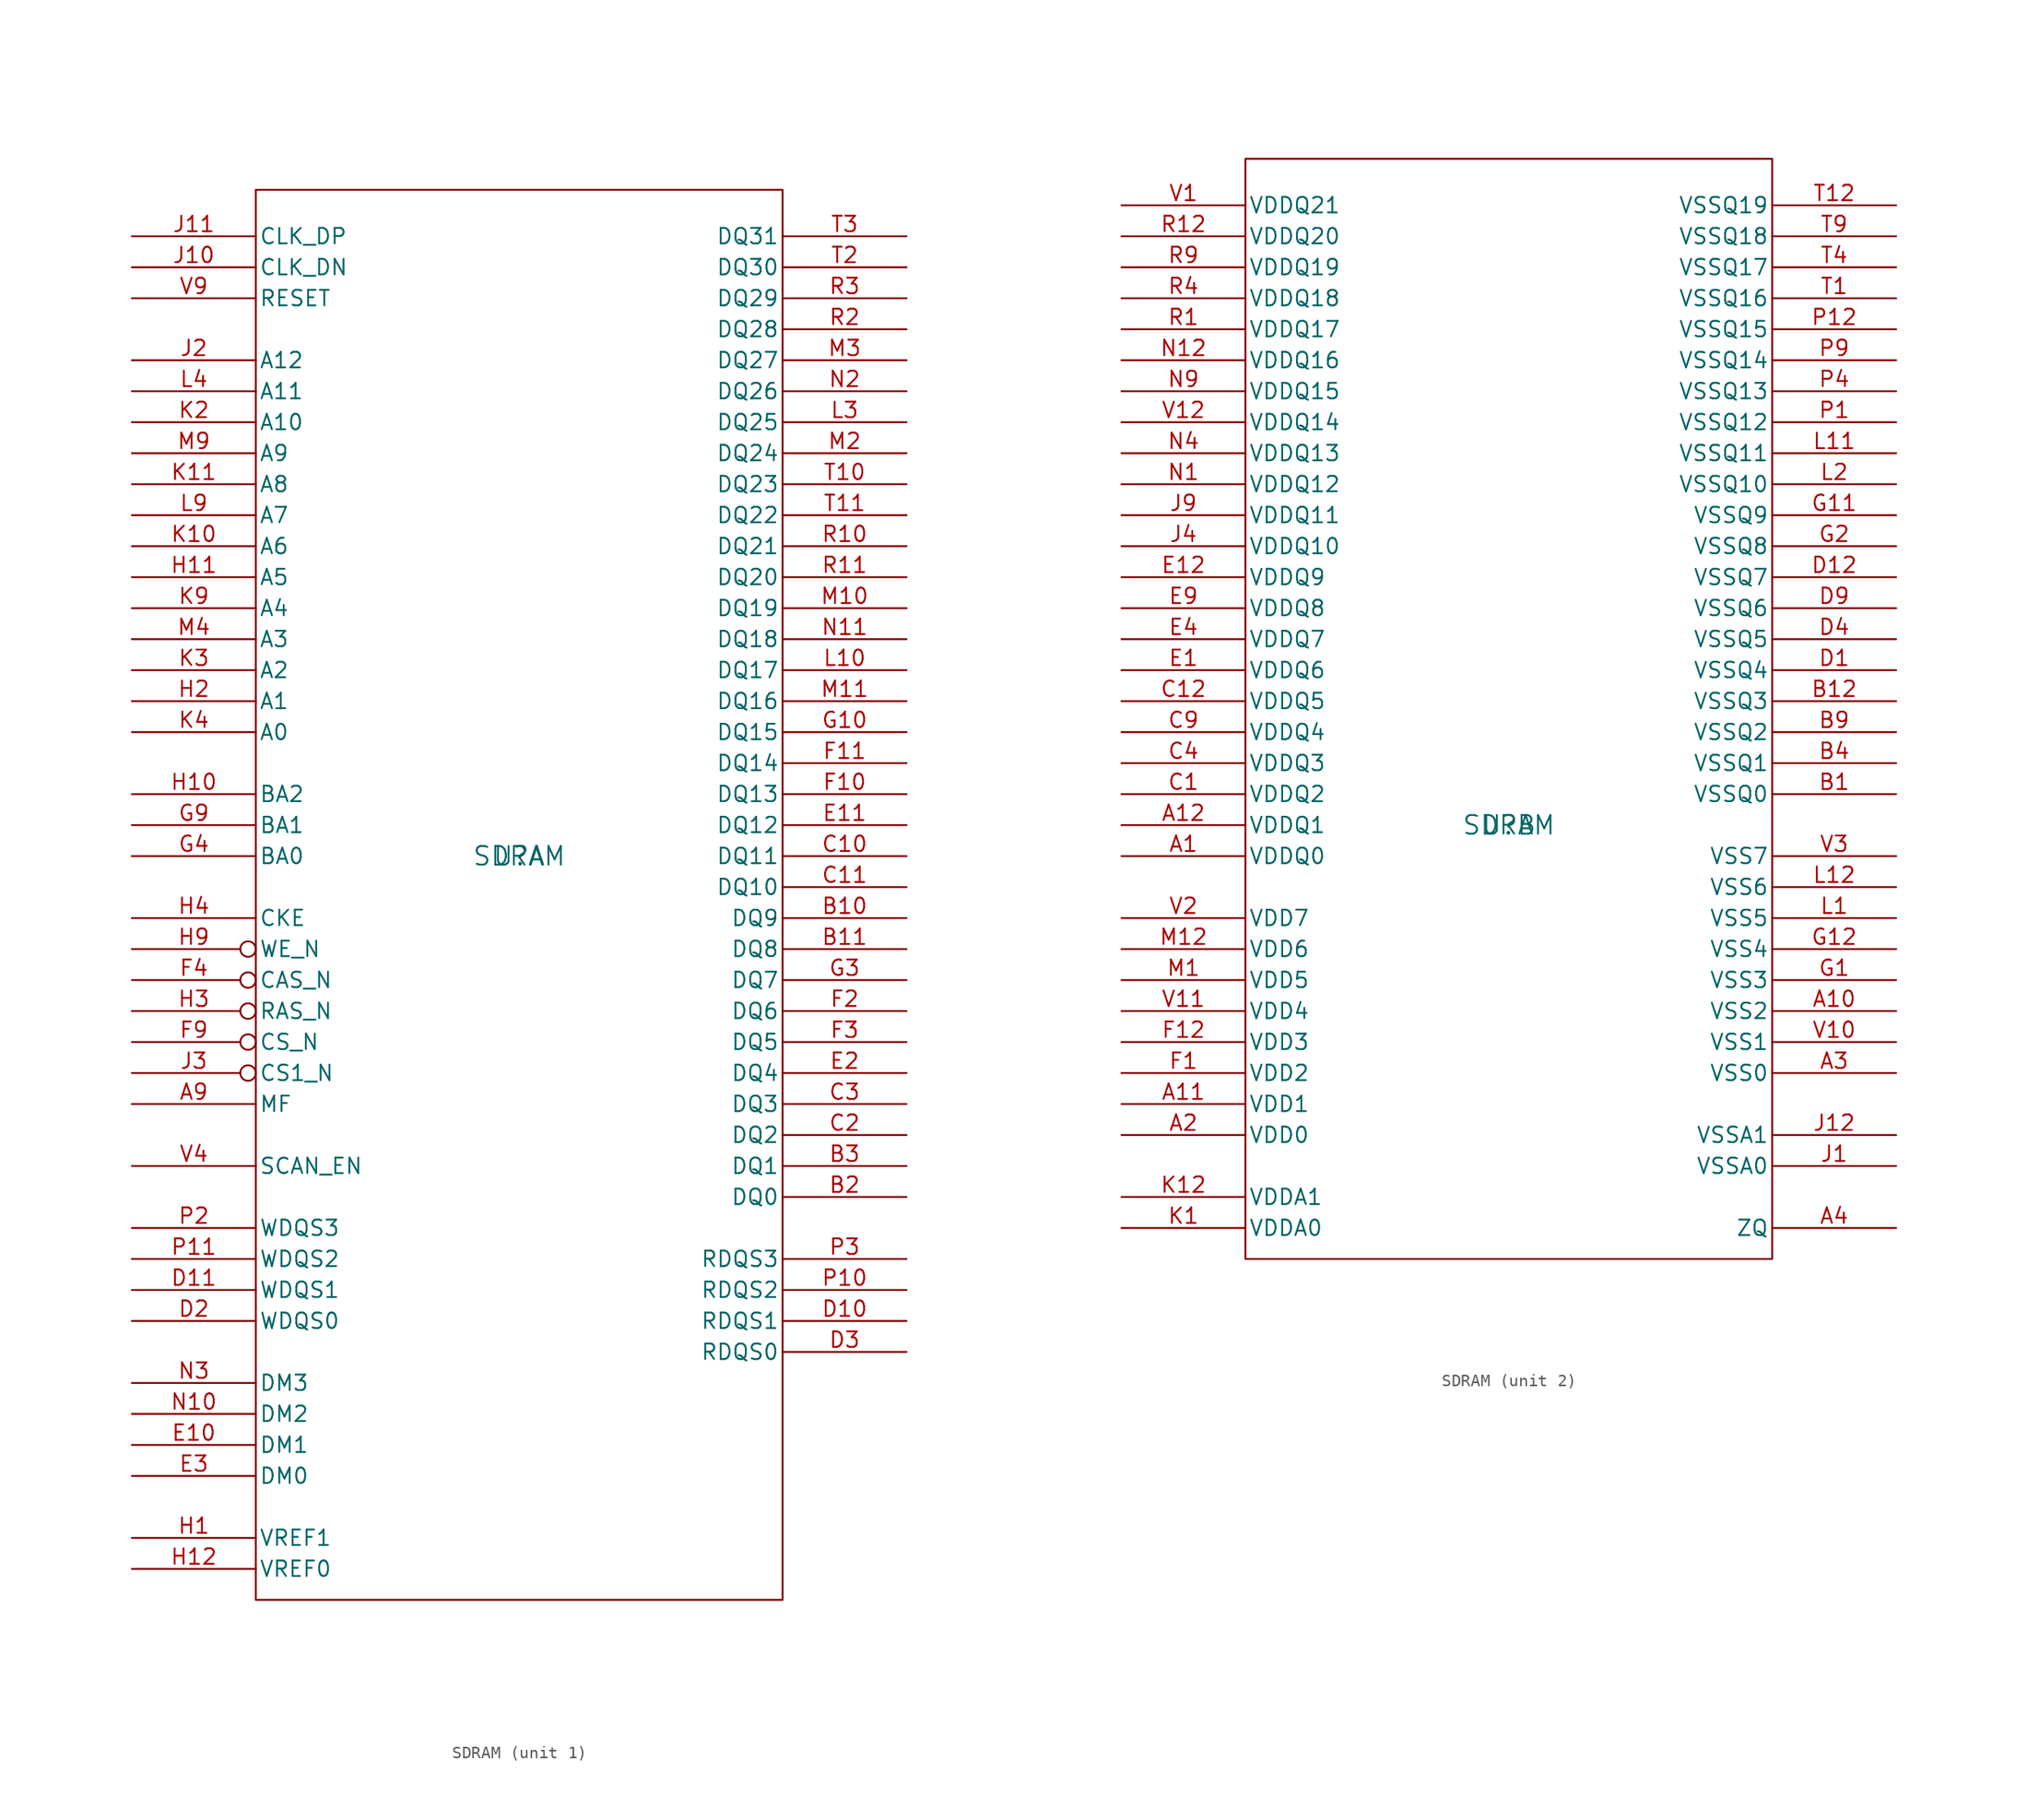
<source format=kicad_sym>
(kicad_symbol_lib
  (version 20241209)
  (generator "kicad_symbol_editor")
  (generator_version "9.0")
  (symbol "SDRAM"
    (pin_names
      (offset 0.254))
    (property "Reference" "U"
      (at 0 0 0)
      (effects (font (size 1.524 1.524))))
    (property "Value" "SDRAM"
      (at 0 0 0)
      (effects (font (size 1.524 1.524))))
    (property "ki_locked" ""
      (at 0 0 0)
      (effects (font (size 1.27 1.27))))
    (symbol "SDRAM_1_1"
      (unit_name "MEMORY")
      (rectangle (start -21.59 54.61) (end 21.59 -60.96) (stroke (width 0) (type solid)) (fill (type none)))
      (pin input line (at -31.75 50.8 0) (length 10.16) (name "CLK_DP" (effects (font (size 1.27 1.27)))) (number "J11" (effects (font (size 1.27 1.27)))))
      (pin input line (at -31.75 48.26 0) (length 10.16) (name "CLK_DN" (effects (font (size 1.27 1.27)))) (number "J10" (effects (font (size 1.27 1.27)))))
      (pin input line (at -31.75 45.72 0) (length 10.16) (name "RESET" (effects (font (size 1.27 1.27)))) (number "V9" (effects (font (size 1.27 1.27)))))
      (pin input line (at -31.75 40.64 0) (length 10.16) (name "A12" (effects (font (size 1.27 1.27)))) (number "J2" (effects (font (size 1.27 1.27)))))
      (pin input line (at -31.75 38.1 0) (length 10.16) (name "A11" (effects (font (size 1.27 1.27)))) (number "L4" (effects (font (size 1.27 1.27)))) (alternate "A7" input line))
      (pin input line (at -31.75 35.56 0) (length 10.16) (name "A10" (effects (font (size 1.27 1.27)))) (number "K2" (effects (font (size 1.27 1.27)))) (alternate "A8" input line))
      (pin input line (at -31.75 33.02 0) (length 10.16) (name "A9" (effects (font (size 1.27 1.27)))) (number "M9" (effects (font (size 1.27 1.27)))) (alternate "A3" input line))
      (pin input line (at -31.75 30.48 0) (length 10.16) (name "A8" (effects (font (size 1.27 1.27)))) (number "K11" (effects (font (size 1.27 1.27)))) (alternate "A10" input line))
      (pin input line (at -31.75 27.94 0) (length 10.16) (name "A7" (effects (font (size 1.27 1.27)))) (number "L9" (effects (font (size 1.27 1.27)))) (alternate "A11" input line))
      (pin input line (at -31.75 25.4 0) (length 10.16) (name "A6" (effects (font (size 1.27 1.27)))) (number "K10" (effects (font (size 1.27 1.27)))) (alternate "A2" input line))
      (pin input line (at -31.75 22.86 0) (length 10.16) (name "A5" (effects (font (size 1.27 1.27)))) (number "H11" (effects (font (size 1.27 1.27)))) (alternate "A1" input line))
      (pin input line (at -31.75 20.32 0) (length 10.16) (name "A4" (effects (font (size 1.27 1.27)))) (number "K9" (effects (font (size 1.27 1.27)))) (alternate "A0" input line))
      (pin input line (at -31.75 17.78 0) (length 10.16) (name "A3" (effects (font (size 1.27 1.27)))) (number "M4" (effects (font (size 1.27 1.27)))) (alternate "A9" input line))
      (pin input line (at -31.75 15.24 0) (length 10.16) (name "A2" (effects (font (size 1.27 1.27)))) (number "K3" (effects (font (size 1.27 1.27)))) (alternate "A6" input line))
      (pin input line (at -31.75 12.7 0) (length 10.16) (name "A1" (effects (font (size 1.27 1.27)))) (number "H2" (effects (font (size 1.27 1.27)))) (alternate "A5" input line))
      (pin input line (at -31.75 10.16 0) (length 10.16) (name "A0" (effects (font (size 1.27 1.27)))) (number "K4" (effects (font (size 1.27 1.27)))) (alternate "A4" input line))
      (pin input line (at -31.75 5.08 0) (length 10.16) (name "BA2" (effects (font (size 1.27 1.27)))) (number "H10" (effects (font (size 1.27 1.27)))) (alternate "RAS_N" input inverted))
      (pin input line (at -31.75 2.54 0) (length 10.16) (name "BA1" (effects (font (size 1.27 1.27)))) (number "G9" (effects (font (size 1.27 1.27)))) (alternate "BA0" input line))
      (pin input line (at -31.75 0 0) (length 10.16) (name "BA0" (effects (font (size 1.27 1.27)))) (number "G4" (effects (font (size 1.27 1.27)))) (alternate "BA1" input line))
      (pin input line (at -31.75 -5.08 0) (length 10.16) (name "CKE" (effects (font (size 1.27 1.27)))) (number "H4" (effects (font (size 1.27 1.27)))) (alternate "WE_N" input inverted))
      (pin input inverted (at -31.75 -7.62 0) (length 10.16) (name "WE_N" (effects (font (size 1.27 1.27)))) (number "H9" (effects (font (size 1.27 1.27)))) (alternate "CKE" input line))
      (pin input inverted (at -31.75 -10.16 0) (length 10.16) (name "CAS_N" (effects (font (size 1.27 1.27)))) (number "F4" (effects (font (size 1.27 1.27)))) (alternate "CS_N" input inverted))
      (pin input inverted (at -31.75 -12.7 0) (length 10.16) (name "RAS_N" (effects (font (size 1.27 1.27)))) (number "H3" (effects (font (size 1.27 1.27)))) (alternate "BA2" input line))
      (pin input inverted (at -31.75 -15.24 0) (length 10.16) (name "CS_N" (effects (font (size 1.27 1.27)))) (number "F9" (effects (font (size 1.27 1.27)))) (alternate "CAS_N" input inverted))
      (pin input inverted (at -31.75 -17.78 0) (length 10.16) (name "CS1_N" (effects (font (size 1.27 1.27)))) (number "J3" (effects (font (size 1.27 1.27)))))
      (pin input line (at -31.75 -20.32 0) (length 10.16) (name "MF" (effects (font (size 1.27 1.27)))) (number "A9" (effects (font (size 1.27 1.27)))))
      (pin input line (at -31.75 -25.4 0) (length 10.16) (name "SCAN_EN" (effects (font (size 1.27 1.27)))) (number "V4" (effects (font (size 1.27 1.27)))))
      (pin input line (at -31.75 -30.48 0) (length 10.16) (name "WDQS3" (effects (font (size 1.27 1.27)))) (number "P2" (effects (font (size 1.27 1.27)))))
      (pin input line (at -31.75 -33.02 0) (length 10.16) (name "WDQS2" (effects (font (size 1.27 1.27)))) (number "P11" (effects (font (size 1.27 1.27)))))
      (pin input line (at -31.75 -35.56 0) (length 10.16) (name "WDQS1" (effects (font (size 1.27 1.27)))) (number "D11" (effects (font (size 1.27 1.27)))))
      (pin input line (at -31.75 -38.1 0) (length 10.16) (name "WDQS0" (effects (font (size 1.27 1.27)))) (number "D2" (effects (font (size 1.27 1.27)))))
      (pin input line (at -31.75 -43.18 0) (length 10.16) (name "DM3" (effects (font (size 1.27 1.27)))) (number "N3" (effects (font (size 1.27 1.27)))))
      (pin input line (at -31.75 -45.72 0) (length 10.16) (name "DM2" (effects (font (size 1.27 1.27)))) (number "N10" (effects (font (size 1.27 1.27)))))
      (pin input line (at -31.75 -48.26 0) (length 10.16) (name "DM1" (effects (font (size 1.27 1.27)))) (number "E10" (effects (font (size 1.27 1.27)))))
      (pin input line (at -31.75 -50.8 0) (length 10.16) (name "DM0" (effects (font (size 1.27 1.27)))) (number "E3" (effects (font (size 1.27 1.27)))))
      (pin power_in line (at -31.75 -55.88 0) (length 10.16) (name "VREF1" (effects (font (size 1.27 1.27)))) (number "H1" (effects (font (size 1.27 1.27)))))
      (pin power_in line (at -31.75 -58.42 0) (length 10.16) (name "VREF0" (effects (font (size 1.27 1.27)))) (number "H12" (effects (font (size 1.27 1.27)))))
      (pin bidirectional line (at 31.75 50.8 180) (length 10.16) (name "DQ31" (effects (font (size 1.27 1.27)))) (number "T3" (effects (font (size 1.27 1.27)))))
      (pin bidirectional line (at 31.75 48.26 180) (length 10.16) (name "DQ30" (effects (font (size 1.27 1.27)))) (number "T2" (effects (font (size 1.27 1.27)))))
      (pin bidirectional line (at 31.75 45.72 180) (length 10.16) (name "DQ29" (effects (font (size 1.27 1.27)))) (number "R3" (effects (font (size 1.27 1.27)))))
      (pin bidirectional line (at 31.75 43.18 180) (length 10.16) (name "DQ28" (effects (font (size 1.27 1.27)))) (number "R2" (effects (font (size 1.27 1.27)))))
      (pin bidirectional line (at 31.75 40.64 180) (length 10.16) (name "DQ27" (effects (font (size 1.27 1.27)))) (number "M3" (effects (font (size 1.27 1.27)))))
      (pin bidirectional line (at 31.75 38.1 180) (length 10.16) (name "DQ26" (effects (font (size 1.27 1.27)))) (number "N2" (effects (font (size 1.27 1.27)))))
      (pin bidirectional line (at 31.75 35.56 180) (length 10.16) (name "DQ25" (effects (font (size 1.27 1.27)))) (number "L3" (effects (font (size 1.27 1.27)))))
      (pin bidirectional line (at 31.75 33.02 180) (length 10.16) (name "DQ24" (effects (font (size 1.27 1.27)))) (number "M2" (effects (font (size 1.27 1.27)))))
      (pin bidirectional line (at 31.75 30.48 180) (length 10.16) (name "DQ23" (effects (font (size 1.27 1.27)))) (number "T10" (effects (font (size 1.27 1.27)))))
      (pin bidirectional line (at 31.75 27.94 180) (length 10.16) (name "DQ22" (effects (font (size 1.27 1.27)))) (number "T11" (effects (font (size 1.27 1.27)))))
      (pin bidirectional line (at 31.75 25.4 180) (length 10.16) (name "DQ21" (effects (font (size 1.27 1.27)))) (number "R10" (effects (font (size 1.27 1.27)))))
      (pin bidirectional line (at 31.75 22.86 180) (length 10.16) (name "DQ20" (effects (font (size 1.27 1.27)))) (number "R11" (effects (font (size 1.27 1.27)))))
      (pin bidirectional line (at 31.75 20.32 180) (length 10.16) (name "DQ19" (effects (font (size 1.27 1.27)))) (number "M10" (effects (font (size 1.27 1.27)))))
      (pin bidirectional line (at 31.75 17.78 180) (length 10.16) (name "DQ18" (effects (font (size 1.27 1.27)))) (number "N11" (effects (font (size 1.27 1.27)))))
      (pin bidirectional line (at 31.75 15.24 180) (length 10.16) (name "DQ17" (effects (font (size 1.27 1.27)))) (number "L10" (effects (font (size 1.27 1.27)))))
      (pin bidirectional line (at 31.75 12.7 180) (length 10.16) (name "DQ16" (effects (font (size 1.27 1.27)))) (number "M11" (effects (font (size 1.27 1.27)))))
      (pin bidirectional line (at 31.75 10.16 180) (length 10.16) (name "DQ15" (effects (font (size 1.27 1.27)))) (number "G10" (effects (font (size 1.27 1.27)))))
      (pin bidirectional line (at 31.75 7.62 180) (length 10.16) (name "DQ14" (effects (font (size 1.27 1.27)))) (number "F11" (effects (font (size 1.27 1.27)))))
      (pin bidirectional line (at 31.75 5.08 180) (length 10.16) (name "DQ13" (effects (font (size 1.27 1.27)))) (number "F10" (effects (font (size 1.27 1.27)))))
      (pin bidirectional line (at 31.75 2.54 180) (length 10.16) (name "DQ12" (effects (font (size 1.27 1.27)))) (number "E11" (effects (font (size 1.27 1.27)))))
      (pin bidirectional line (at 31.75 0 180) (length 10.16) (name "DQ11" (effects (font (size 1.27 1.27)))) (number "C10" (effects (font (size 1.27 1.27)))))
      (pin bidirectional line (at 31.75 -2.54 180) (length 10.16) (name "DQ10" (effects (font (size 1.27 1.27)))) (number "C11" (effects (font (size 1.27 1.27)))))
      (pin bidirectional line (at 31.75 -5.08 180) (length 10.16) (name "DQ9" (effects (font (size 1.27 1.27)))) (number "B10" (effects (font (size 1.27 1.27)))))
      (pin bidirectional line (at 31.75 -7.62 180) (length 10.16) (name "DQ8" (effects (font (size 1.27 1.27)))) (number "B11" (effects (font (size 1.27 1.27)))))
      (pin bidirectional line (at 31.75 -10.16 180) (length 10.16) (name "DQ7" (effects (font (size 1.27 1.27)))) (number "G3" (effects (font (size 1.27 1.27)))))
      (pin bidirectional line (at 31.75 -12.7 180) (length 10.16) (name "DQ6" (effects (font (size 1.27 1.27)))) (number "F2" (effects (font (size 1.27 1.27)))))
      (pin bidirectional line (at 31.75 -15.24 180) (length 10.16) (name "DQ5" (effects (font (size 1.27 1.27)))) (number "F3" (effects (font (size 1.27 1.27)))))
      (pin bidirectional line (at 31.75 -17.78 180) (length 10.16) (name "DQ4" (effects (font (size 1.27 1.27)))) (number "E2" (effects (font (size 1.27 1.27)))))
      (pin bidirectional line (at 31.75 -20.32 180) (length 10.16) (name "DQ3" (effects (font (size 1.27 1.27)))) (number "C3" (effects (font (size 1.27 1.27)))))
      (pin bidirectional line (at 31.75 -22.86 180) (length 10.16) (name "DQ2" (effects (font (size 1.27 1.27)))) (number "C2" (effects (font (size 1.27 1.27)))))
      (pin bidirectional line (at 31.75 -25.4 180) (length 10.16) (name "DQ1" (effects (font (size 1.27 1.27)))) (number "B3" (effects (font (size 1.27 1.27)))))
      (pin bidirectional line (at 31.75 -27.94 180) (length 10.16) (name "DQ0" (effects (font (size 1.27 1.27)))) (number "B2" (effects (font (size 1.27 1.27)))))
      (pin output line (at 31.75 -33.02 180) (length 10.16) (name "RDQS3" (effects (font (size 1.27 1.27)))) (number "P3" (effects (font (size 1.27 1.27)))))
      (pin output line (at 31.75 -35.56 180) (length 10.16) (name "RDQS2" (effects (font (size 1.27 1.27)))) (number "P10" (effects (font (size 1.27 1.27)))))
      (pin output line (at 31.75 -38.1 180) (length 10.16) (name "RDQS1" (effects (font (size 1.27 1.27)))) (number "D10" (effects (font (size 1.27 1.27)))))
      (pin output line (at 31.75 -40.64 180) (length 10.16) (name "RDQS0" (effects (font (size 1.27 1.27)))) (number "D3" (effects (font (size 1.27 1.27))))))
    (symbol "SDRAM_2_1"
      (unit_name "POWER")
      (rectangle (start -21.59 54.61) (end 21.59 -35.56) (stroke (width 0) (type solid)) (fill (type none)))
      (pin power_in line (at -31.75 50.8 0) (length 10.16) (name "VDDQ21" (effects (font (size 1.27 1.27)))) (number "V1" (effects (font (size 1.27 1.27)))))
      (pin power_in line (at -31.75 48.26 0) (length 10.16) (name "VDDQ20" (effects (font (size 1.27 1.27)))) (number "R12" (effects (font (size 1.27 1.27)))))
      (pin power_in line (at -31.75 45.72 0) (length 10.16) (name "VDDQ19" (effects (font (size 1.27 1.27)))) (number "R9" (effects (font (size 1.27 1.27)))))
      (pin power_in line (at -31.75 43.18 0) (length 10.16) (name "VDDQ18" (effects (font (size 1.27 1.27)))) (number "R4" (effects (font (size 1.27 1.27)))))
      (pin power_in line (at -31.75 40.64 0) (length 10.16) (name "VDDQ17" (effects (font (size 1.27 1.27)))) (number "R1" (effects (font (size 1.27 1.27)))))
      (pin power_in line (at -31.75 38.1 0) (length 10.16) (name "VDDQ16" (effects (font (size 1.27 1.27)))) (number "N12" (effects (font (size 1.27 1.27)))))
      (pin power_in line (at -31.75 35.56 0) (length 10.16) (name "VDDQ15" (effects (font (size 1.27 1.27)))) (number "N9" (effects (font (size 1.27 1.27)))))
      (pin power_in line (at -31.75 33.02 0) (length 10.16) (name "VDDQ14" (effects (font (size 1.27 1.27)))) (number "V12" (effects (font (size 1.27 1.27)))))
      (pin power_in line (at -31.75 30.48 0) (length 10.16) (name "VDDQ13" (effects (font (size 1.27 1.27)))) (number "N4" (effects (font (size 1.27 1.27)))))
      (pin power_in line (at -31.75 27.94 0) (length 10.16) (name "VDDQ12" (effects (font (size 1.27 1.27)))) (number "N1" (effects (font (size 1.27 1.27)))))
      (pin power_in line (at -31.75 25.4 0) (length 10.16) (name "VDDQ11" (effects (font (size 1.27 1.27)))) (number "J9" (effects (font (size 1.27 1.27)))))
      (pin power_in line (at -31.75 22.86 0) (length 10.16) (name "VDDQ10" (effects (font (size 1.27 1.27)))) (number "J4" (effects (font (size 1.27 1.27)))))
      (pin power_in line (at -31.75 20.32 0) (length 10.16) (name "VDDQ9" (effects (font (size 1.27 1.27)))) (number "E12" (effects (font (size 1.27 1.27)))))
      (pin power_in line (at -31.75 17.78 0) (length 10.16) (name "VDDQ8" (effects (font (size 1.27 1.27)))) (number "E9" (effects (font (size 1.27 1.27)))))
      (pin power_in line (at -31.75 15.24 0) (length 10.16) (name "VDDQ7" (effects (font (size 1.27 1.27)))) (number "E4" (effects (font (size 1.27 1.27)))))
      (pin power_in line (at -31.75 12.7 0) (length 10.16) (name "VDDQ6" (effects (font (size 1.27 1.27)))) (number "E1" (effects (font (size 1.27 1.27)))))
      (pin power_in line (at -31.75 10.16 0) (length 10.16) (name "VDDQ5" (effects (font (size 1.27 1.27)))) (number "C12" (effects (font (size 1.27 1.27)))))
      (pin power_in line (at -31.75 7.62 0) (length 10.16) (name "VDDQ4" (effects (font (size 1.27 1.27)))) (number "C9" (effects (font (size 1.27 1.27)))))
      (pin power_in line (at -31.75 5.08 0) (length 10.16) (name "VDDQ3" (effects (font (size 1.27 1.27)))) (number "C4" (effects (font (size 1.27 1.27)))))
      (pin power_in line (at -31.75 2.54 0) (length 10.16) (name "VDDQ2" (effects (font (size 1.27 1.27)))) (number "C1" (effects (font (size 1.27 1.27)))))
      (pin power_in line (at -31.75 0 0) (length 10.16) (name "VDDQ1" (effects (font (size 1.27 1.27)))) (number "A12" (effects (font (size 1.27 1.27)))))
      (pin power_in line (at -31.75 -2.54 0) (length 10.16) (name "VDDQ0" (effects (font (size 1.27 1.27)))) (number "A1" (effects (font (size 1.27 1.27)))))
      (pin power_in line (at -31.75 -7.62 0) (length 10.16) (name "VDD7" (effects (font (size 1.27 1.27)))) (number "V2" (effects (font (size 1.27 1.27)))))
      (pin power_in line (at -31.75 -10.16 0) (length 10.16) (name "VDD6" (effects (font (size 1.27 1.27)))) (number "M12" (effects (font (size 1.27 1.27)))))
      (pin power_in line (at -31.75 -12.7 0) (length 10.16) (name "VDD5" (effects (font (size 1.27 1.27)))) (number "M1" (effects (font (size 1.27 1.27)))))
      (pin power_in line (at -31.75 -15.24 0) (length 10.16) (name "VDD4" (effects (font (size 1.27 1.27)))) (number "V11" (effects (font (size 1.27 1.27)))))
      (pin power_in line (at -31.75 -17.78 0) (length 10.16) (name "VDD3" (effects (font (size 1.27 1.27)))) (number "F12" (effects (font (size 1.27 1.27)))))
      (pin power_in line (at -31.75 -20.32 0) (length 10.16) (name "VDD2" (effects (font (size 1.27 1.27)))) (number "F1" (effects (font (size 1.27 1.27)))))
      (pin power_in line (at -31.75 -22.86 0) (length 10.16) (name "VDD1" (effects (font (size 1.27 1.27)))) (number "A11" (effects (font (size 1.27 1.27)))))
      (pin power_in line (at -31.75 -25.4 0) (length 10.16) (name "VDD0" (effects (font (size 1.27 1.27)))) (number "A2" (effects (font (size 1.27 1.27)))))
      (pin power_in line (at -31.75 -30.48 0) (length 10.16) (name "VDDA1" (effects (font (size 1.27 1.27)))) (number "K12" (effects (font (size 1.27 1.27)))))
      (pin power_in line (at -31.75 -33.02 0) (length 10.16) (name "VDDA0" (effects (font (size 1.27 1.27)))) (number "K1" (effects (font (size 1.27 1.27)))))
      (pin power_in line (at 31.75 50.8 180) (length 10.16) (name "VSSQ19" (effects (font (size 1.27 1.27)))) (number "T12" (effects (font (size 1.27 1.27)))))
      (pin power_in line (at 31.75 48.26 180) (length 10.16) (name "VSSQ18" (effects (font (size 1.27 1.27)))) (number "T9" (effects (font (size 1.27 1.27)))))
      (pin power_in line (at 31.75 45.72 180) (length 10.16) (name "VSSQ17" (effects (font (size 1.27 1.27)))) (number "T4" (effects (font (size 1.27 1.27)))))
      (pin power_in line (at 31.75 43.18 180) (length 10.16) (name "VSSQ16" (effects (font (size 1.27 1.27)))) (number "T1" (effects (font (size 1.27 1.27)))))
      (pin power_in line (at 31.75 40.64 180) (length 10.16) (name "VSSQ15" (effects (font (size 1.27 1.27)))) (number "P12" (effects (font (size 1.27 1.27)))))
      (pin power_in line (at 31.75 38.1 180) (length 10.16) (name "VSSQ14" (effects (font (size 1.27 1.27)))) (number "P9" (effects (font (size 1.27 1.27)))))
      (pin power_in line (at 31.75 35.56 180) (length 10.16) (name "VSSQ13" (effects (font (size 1.27 1.27)))) (number "P4" (effects (font (size 1.27 1.27)))))
      (pin power_in line (at 31.75 33.02 180) (length 10.16) (name "VSSQ12" (effects (font (size 1.27 1.27)))) (number "P1" (effects (font (size 1.27 1.27)))))
      (pin power_in line (at 31.75 30.48 180) (length 10.16) (name "VSSQ11" (effects (font (size 1.27 1.27)))) (number "L11" (effects (font (size 1.27 1.27)))))
      (pin power_in line (at 31.75 27.94 180) (length 10.16) (name "VSSQ10" (effects (font (size 1.27 1.27)))) (number "L2" (effects (font (size 1.27 1.27)))))
      (pin power_in line (at 31.75 25.4 180) (length 10.16) (name "VSSQ9" (effects (font (size 1.27 1.27)))) (number "G11" (effects (font (size 1.27 1.27)))))
      (pin power_in line (at 31.75 22.86 180) (length 10.16) (name "VSSQ8" (effects (font (size 1.27 1.27)))) (number "G2" (effects (font (size 1.27 1.27)))))
      (pin power_in line (at 31.75 20.32 180) (length 10.16) (name "VSSQ7" (effects (font (size 1.27 1.27)))) (number "D12" (effects (font (size 1.27 1.27)))))
      (pin power_in line (at 31.75 17.78 180) (length 10.16) (name "VSSQ6" (effects (font (size 1.27 1.27)))) (number "D9" (effects (font (size 1.27 1.27)))))
      (pin power_in line (at 31.75 15.24 180) (length 10.16) (name "VSSQ5" (effects (font (size 1.27 1.27)))) (number "D4" (effects (font (size 1.27 1.27)))))
      (pin power_in line (at 31.75 12.7 180) (length 10.16) (name "VSSQ4" (effects (font (size 1.27 1.27)))) (number "D1" (effects (font (size 1.27 1.27)))))
      (pin power_in line (at 31.75 10.16 180) (length 10.16) (name "VSSQ3" (effects (font (size 1.27 1.27)))) (number "B12" (effects (font (size 1.27 1.27)))))
      (pin power_in line (at 31.75 7.62 180) (length 10.16) (name "VSSQ2" (effects (font (size 1.27 1.27)))) (number "B9" (effects (font (size 1.27 1.27)))))
      (pin power_in line (at 31.75 5.08 180) (length 10.16) (name "VSSQ1" (effects (font (size 1.27 1.27)))) (number "B4" (effects (font (size 1.27 1.27)))))
      (pin power_in line (at 31.75 2.54 180) (length 10.16) (name "VSSQ0" (effects (font (size 1.27 1.27)))) (number "B1" (effects (font (size 1.27 1.27)))))
      (pin power_in line (at 31.75 -2.54 180) (length 10.16) (name "VSS7" (effects (font (size 1.27 1.27)))) (number "V3" (effects (font (size 1.27 1.27)))))
      (pin power_in line (at 31.75 -5.08 180) (length 10.16) (name "VSS6" (effects (font (size 1.27 1.27)))) (number "L12" (effects (font (size 1.27 1.27)))))
      (pin power_in line (at 31.75 -7.62 180) (length 10.16) (name "VSS5" (effects (font (size 1.27 1.27)))) (number "L1" (effects (font (size 1.27 1.27)))))
      (pin power_in line (at 31.75 -10.16 180) (length 10.16) (name "VSS4" (effects (font (size 1.27 1.27)))) (number "G12" (effects (font (size 1.27 1.27)))))
      (pin power_in line (at 31.75 -12.7 180) (length 10.16) (name "VSS3" (effects (font (size 1.27 1.27)))) (number "G1" (effects (font (size 1.27 1.27)))))
      (pin power_in line (at 31.75 -15.24 180) (length 10.16) (name "VSS2" (effects (font (size 1.27 1.27)))) (number "A10" (effects (font (size 1.27 1.27)))))
      (pin power_in line (at 31.75 -17.78 180) (length 10.16) (name "VSS1" (effects (font (size 1.27 1.27)))) (number "V10" (effects (font (size 1.27 1.27)))))
      (pin power_in line (at 31.75 -20.32 180) (length 10.16) (name "VSS0" (effects (font (size 1.27 1.27)))) (number "A3" (effects (font (size 1.27 1.27)))))
      (pin power_in line (at 31.75 -25.4 180) (length 10.16) (name "VSSA1" (effects (font (size 1.27 1.27)))) (number "J12" (effects (font (size 1.27 1.27)))))
      (pin power_in line (at 31.75 -27.94 180) (length 10.16) (name "VSSA0" (effects (font (size 1.27 1.27)))) (number "J1" (effects (font (size 1.27 1.27)))))
      (pin power_in line (at 31.75 -33.02 180) (length 10.16) (name "ZQ" (effects (font (size 1.27 1.27)))) (number "A4" (effects (font (size 1.27 1.27))))))))
</source>
